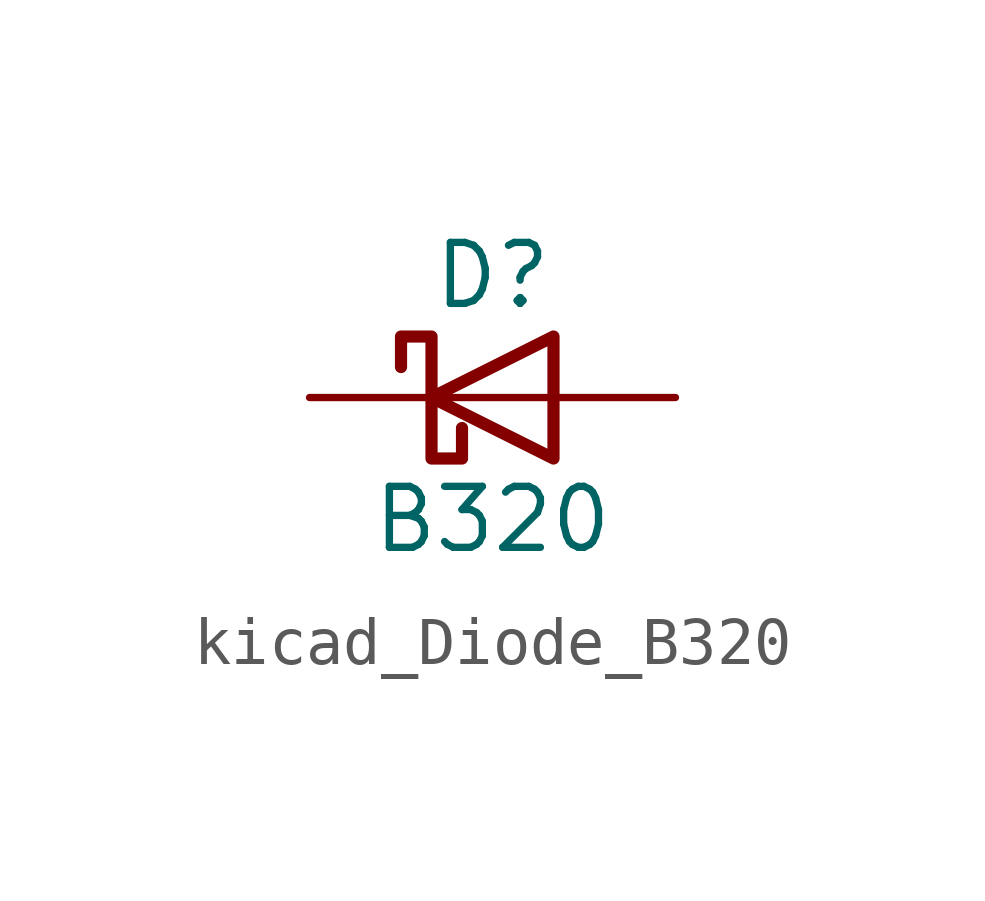
<source format=kicad_sym>
(kicad_symbol_lib
  (version 20220914)
  (generator kicad_symbol_editor)
  (symbol "kicad_Diode_B320"
    (pin_numbers hide)
    (pin_names
      (offset 1.016) hide)
    (property "Reference" "D"
      (at 0 2.54 0)
      (effects (font (size 1.27 1.27))))
    (property "Value" "B320"
      (at 0 -2.54 0)
      (effects (font (size 1.27 1.27))))
    (symbol "kicad_Diode_B320_0_1"
      (polyline (pts (xy 1.27 0) (xy -1.27 0)) (stroke (width 0) (type default)) (fill (type none)))
      (polyline (pts (xy 1.27 1.27) (xy 1.27 -1.27) (xy -1.27 0) (xy 1.27 1.27)) (stroke (width 0.254) (type default)) (fill (type none)))
      (polyline (pts (xy -1.905 0.635) (xy -1.905 1.27) (xy -1.27 1.27) (xy -1.27 -1.27) (xy -0.635 -1.27) (xy -0.635 -0.635)) (stroke (width 0.254) (type default)) (fill (type none))))
    (symbol "kicad_Diode_B320_1_1"
      (pin passive line (at -3.81 0 0) (length 2.54) (name "K" (effects (font (size 1.27 1.27)))) (number "1" (effects (font (size 1.27 1.27)))))
      (pin passive line (at 3.81 0 180) (length 2.54) (name "A" (effects (font (size 1.27 1.27)))) (number "2" (effects (font (size 1.27 1.27))))))))
</source>
